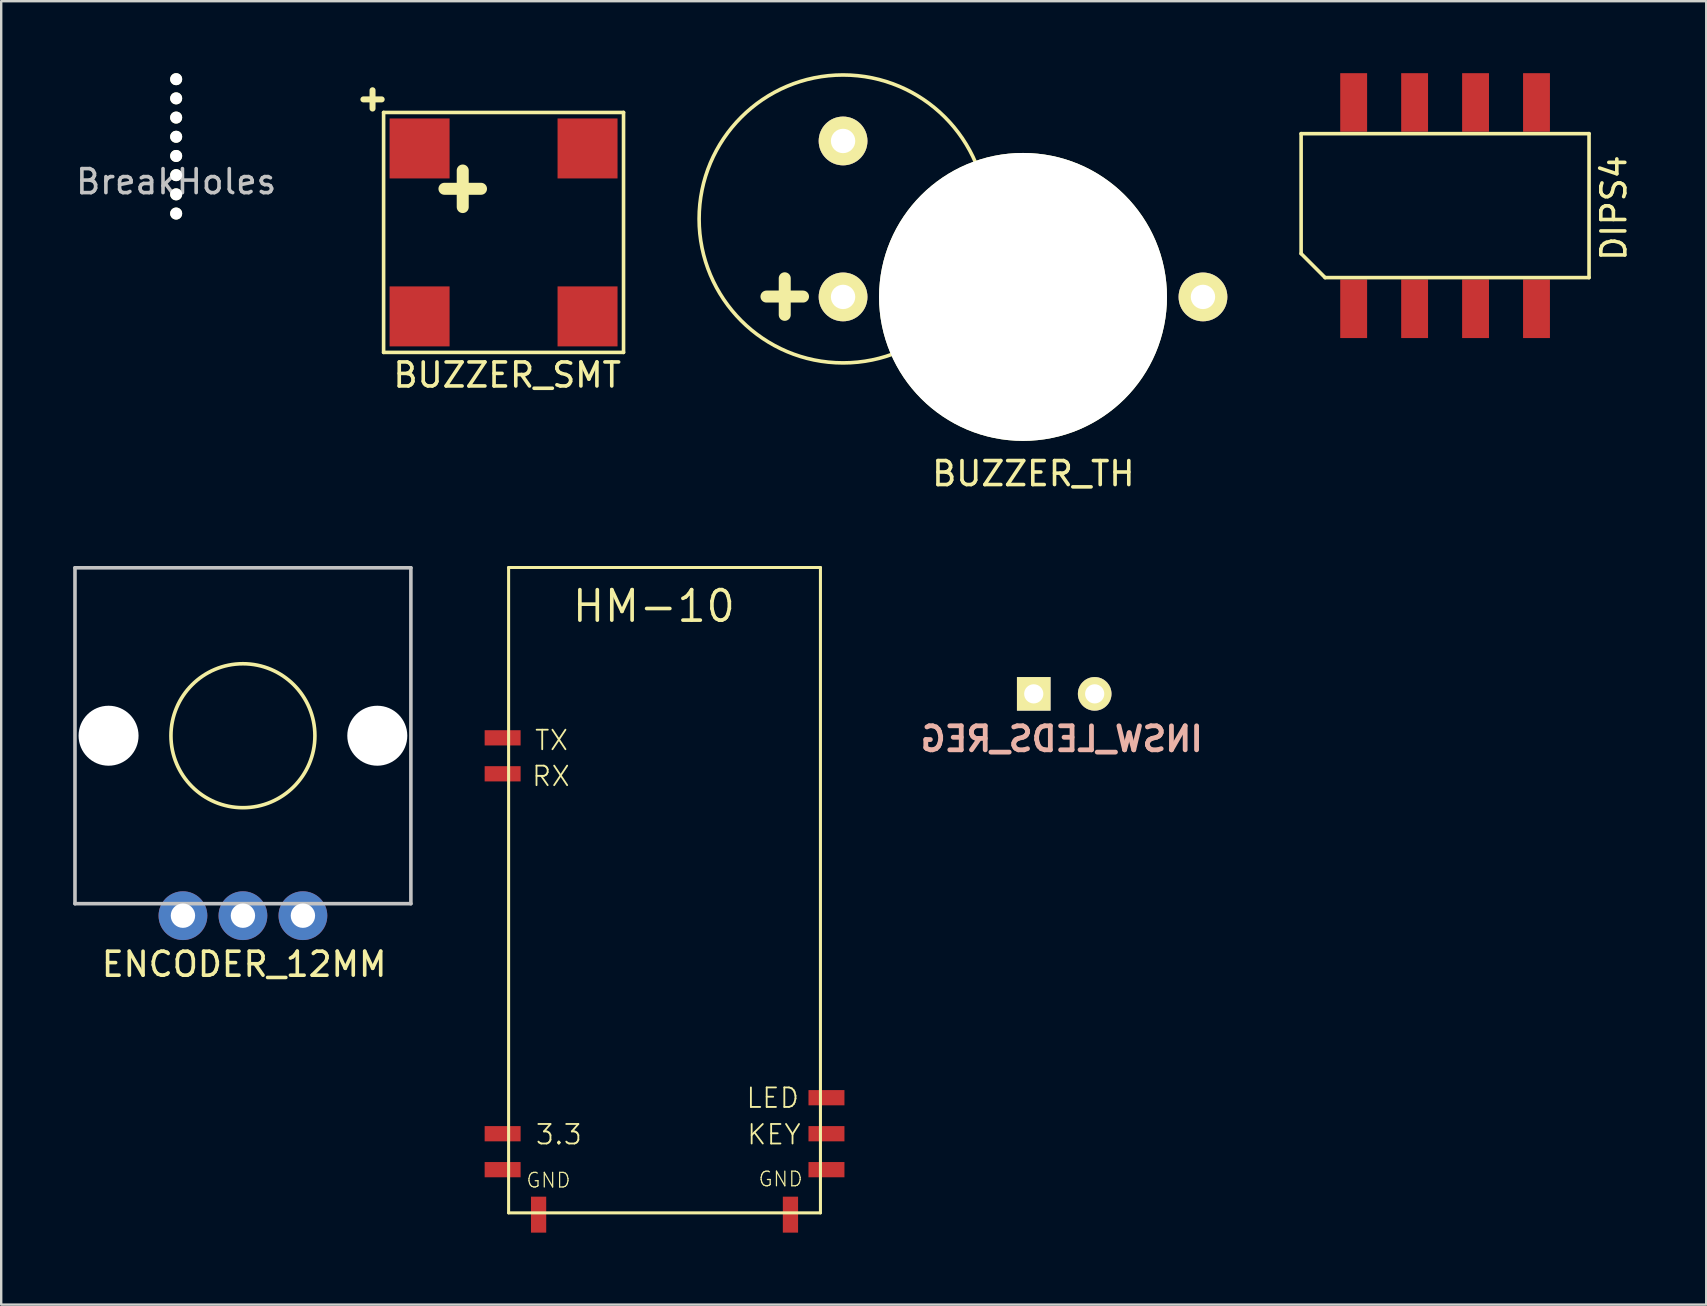
<source format=kicad_pcb>
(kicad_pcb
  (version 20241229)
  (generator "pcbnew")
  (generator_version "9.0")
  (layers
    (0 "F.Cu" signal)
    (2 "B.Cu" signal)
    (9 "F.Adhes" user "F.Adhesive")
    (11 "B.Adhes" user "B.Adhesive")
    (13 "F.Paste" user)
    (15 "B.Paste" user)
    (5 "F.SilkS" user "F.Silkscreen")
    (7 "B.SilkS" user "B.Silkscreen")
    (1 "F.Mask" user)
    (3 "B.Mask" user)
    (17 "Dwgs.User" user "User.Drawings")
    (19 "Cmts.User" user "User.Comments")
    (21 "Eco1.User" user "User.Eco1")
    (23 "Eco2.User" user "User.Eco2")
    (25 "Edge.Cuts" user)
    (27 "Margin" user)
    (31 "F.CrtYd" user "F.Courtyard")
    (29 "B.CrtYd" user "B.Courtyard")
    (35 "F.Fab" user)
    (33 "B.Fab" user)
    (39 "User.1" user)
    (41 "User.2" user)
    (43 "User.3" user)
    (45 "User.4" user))
  (footprint "BUZZER_SMT"
    (layer "F.Cu")
    (at 17.938 6.637)
    (property "Reference" "BUZZER_SMT" (at 0.152 5.944 0) (layer "F.SilkS") (effects (font (size 1 1) (thickness 0.15))))
    (attr through_hole)
    (fp_line (start -5 -5) (end -5 5) (stroke (width 0.15) (type solid)) (layer "F.SilkS"))
    (fp_line (start -5 5) (end 5 5) (stroke (width 0.15) (type solid)) (layer "F.SilkS"))
    (fp_line (start 5 -5) (end -5 -5) (stroke (width 0.15) (type solid)) (layer "F.SilkS"))
    (fp_line (start 5 5) (end 5 -5) (stroke (width 0.15) (type solid)) (layer "F.SilkS"))
    (fp_text user "+" (at -1.702 -1.956 0) (layer "F.SilkS") (effects (font (size 2 2) (thickness 0.5))))
    (fp_text user "+" (at -5.461 -5.613 0) (layer "F.SilkS") (effects (font (size 1 1) (thickness 0.25))))
    (pad "1" smd rect (at -3.5 -3.5) (size 2.5 2.5) (layers "F.Cu" "F.Mask" "F.Paste"))
    (pad "1" smd rect (at 3.5 -3.5) (size 2.5 2.5) (layers "F.Cu" "F.Mask" "F.Paste"))
    (pad "2" smd rect (at -3.5 3.5) (size 2.5 2.5) (layers "F.Cu" "F.Mask" "F.Paste"))
    (pad "2" smd rect (at 3.5 3.5) (size 2.5 2.5) (layers "F.Cu" "F.Mask" "F.Paste")))
  (footprint "BreakHoles"
    (layer "F.Cu")
    (at 4.292 3.05)
    (property "Reference" "BreakHoles" (at 0 1.473 0) (layer "Dwgs.User") (effects (font (size 1 1) (thickness 0.15))))
    (attr through_hole)
    (pad "" np_thru_hole circle (at 0 -2.8) (size 0.5 0.5) (drill 0.5) (layers "*.Cu" "*.Mask" "F.SilkS"))
    (pad "" np_thru_hole circle (at 0 -2) (size 0.5 0.5) (drill 0.5) (layers "*.Cu" "*.Mask" "F.SilkS"))
    (pad "" np_thru_hole circle (at 0 -1.2) (size 0.5 0.5) (drill 0.5) (layers "*.Cu" "*.Mask" "F.SilkS"))
    (pad "" np_thru_hole circle (at 0 -0.4) (size 0.5 0.5) (drill 0.5) (layers "*.Cu" "*.Mask" "F.SilkS"))
    (pad "" np_thru_hole circle (at 0 0.4) (size 0.5 0.5) (drill 0.5) (layers "*.Cu" "*.Mask" "F.SilkS"))
    (pad "" np_thru_hole circle (at 0 1.2) (size 0.5 0.5) (drill 0.5) (layers "*.Cu" "*.Mask" "F.SilkS"))
    (pad "" np_thru_hole circle (at 0 2) (size 0.5 0.5) (drill 0.5) (layers "*.Cu" "*.Mask" "F.SilkS"))
    (pad "" np_thru_hole circle (at 0 2.8) (size 0.5 0.5) (drill 0.5) (layers "*.Cu" "*.Mask" "F.SilkS")))
  (footprint "DIPS4"
    (layer "F.Cu")
    (at 57.179 5.52)
    (property "Reference" "DIPS4" (at 7.036 0.102 90) (layer "F.SilkS") (effects (font (size 1 1) (thickness 0.15))))
    (attr through_hole)
    (fp_line (start -6 -3) (end 6 -3) (stroke (width 0.15) (type solid)) (layer "F.SilkS"))
    (fp_line (start -6 2) (end -6 -3) (stroke (width 0.15) (type solid)) (layer "F.SilkS"))
    (fp_line (start -6 2) (end -5 3) (stroke (width 0.15) (type solid)) (layer "F.SilkS"))
    (fp_line (start 6 -3) (end 6 3) (stroke (width 0.15) (type solid)) (layer "F.SilkS"))
    (fp_line (start 6 3) (end -5 3) (stroke (width 0.15) (type solid)) (layer "F.SilkS"))
    (pad "1" smd rect (at -3.81 4.3) (size 1.12 2.44) (layers "F.Cu" "F.Mask" "F.Paste"))
    (pad "2" smd rect (at -1.27 4.3) (size 1.12 2.44) (layers "F.Cu" "F.Mask" "F.Paste"))
    (pad "3" smd rect (at 1.27 4.3) (size 1.12 2.44) (layers "F.Cu" "F.Mask" "F.Paste"))
    (pad "4" smd rect (at 3.81 4.3) (size 1.12 2.44) (layers "F.Cu" "F.Mask" "F.Paste"))
    (pad "5" smd rect (at 3.81 -4.3) (size 1.12 2.44) (layers "F.Cu" "F.Mask" "F.Paste"))
    (pad "6" smd rect (at 1.27 -4.3) (size 1.12 2.44) (layers "F.Cu" "F.Mask" "F.Paste"))
    (pad "7" smd rect (at -1.27 -4.3) (size 1.12 2.44) (layers "F.Cu" "F.Mask" "F.Paste"))
    (pad "8" smd rect (at -3.81 -4.3) (size 1.12 2.44) (layers "F.Cu" "F.Mask" "F.Paste")))
  (footprint "INSW_LEDS_REG"
    (layer "F.Cu")
    (at 41.305 20.789)
    (property "Reference" "INSW_LEDS_REG" (at -0.102 6.96 0) (layer "B.SilkS") (effects (font (size 1 1) (thickness 0.2)) (justify mirror)))
    (attr smd)
    (pad "1" thru_hole rect (at -1.27 5.08) (size 1.4 1.4) (drill 0.8) (layers "*.Cu" "*.Mask" "F.SilkS"))
    (pad "2" thru_hole oval (at 1.27 5.08) (size 1.4 1.4) (drill 0.8) (layers "*.Cu" "*.Mask" "F.SilkS")))
  (footprint "HM-10"
    (layer "F.Cu")
    (at 25.397 27.702)
    (property "Reference" "HM-10" (at -1.194 -5.486 0) (layer "F.SilkS") (effects (font (size 1.27 1.27) (thickness 0.152))))
    (attr smd)
    (fp_line (start -7.249 -7.099) (end 5.748 -7.099) (stroke (width 0.127) (type solid)) (layer "F.SilkS"))
    (fp_line (start -7.249 19.799) (end -7.249 -7.099) (stroke (width 0.127) (type solid)) (layer "F.SilkS"))
    (fp_line (start 5.748 -7.099) (end 5.748 19.799) (stroke (width 0.127) (type solid)) (layer "F.SilkS"))
    (fp_line (start 5.748 19.799) (end -7.249 19.799) (stroke (width 0.127) (type solid)) (layer "F.SilkS"))
    (fp_text user "KEY" (at 3.81 16.535 0) (layer "F.SilkS") (effects (font (size 0.813 0.813) (thickness 0.076))))
    (fp_text user "LED" (at 3.759 15.011 0) (layer "F.SilkS") (effects (font (size 0.813 0.813) (thickness 0.076))))
    (fp_text user "GND" (at 4.089 18.39 0) (layer "F.SilkS") (effects (font (size 0.61 0.61) (thickness 0.051))))
    (fp_text user "GND" (at -5.588 18.44 0) (layer "F.SilkS") (effects (font (size 0.61 0.61) (thickness 0.051))))
    (fp_text user "RX" (at -5.486 1.6 0) (layer "F.SilkS") (effects (font (size 0.813 0.813) (thickness 0.076))))
    (fp_text user "TX" (at -5.461 0.102 0) (layer "F.SilkS") (effects (font (size 0.813 0.813) (thickness 0.076))))
    (fp_text user "3.3" (at -5.156 16.535 0) (layer "F.SilkS") (effects (font (size 0.813 0.813) (thickness 0.076))))
    (pad "1" smd rect (at -7.498 0) (size 1.499 0.635) (layers "F.Cu" "F.Mask" "F.Paste"))
    (pad "2" smd rect (at -7.498 1.499) (size 1.499 0.635) (layers "F.Cu" "F.Mask" "F.Paste"))
    (pad "12" smd rect (at -7.498 16.5) (size 1.499 0.635) (layers "F.Cu" "F.Mask" "F.Paste"))
    (pad "13" smd rect (at -7.498 17.998) (size 1.499 0.635) (layers "F.Cu" "F.Mask" "F.Paste"))
    (pad "14" smd rect (at -5.999 19.873 90) (size 1.499 0.635) (layers "F.Cu" "F.Mask" "F.Paste"))
    (pad "21" smd rect (at 4.498 19.873 90) (size 1.499 0.635) (layers "F.Cu" "F.Mask" "F.Paste"))
    (pad "22" smd rect (at 5.999 17.998 180) (size 1.499 0.635) (layers "F.Cu" "F.Mask" "F.Paste"))
    (pad "23" smd rect (at 5.999 16.5 180) (size 1.499 0.635) (layers "F.Cu" "F.Mask" "F.Paste"))
    (pad "24" smd rect (at 5.999 14.999 180) (size 1.499 0.635) (layers "F.Cu" "F.Mask" "F.Paste")))
  (footprint "BUZZER_TH"
    (layer "F.Cu")
    (at 39.588 9.325)
    (property "Reference" "BUZZER_TH" (at 0.432 7.366 0) (layer "F.SilkS") (effects (font (size 1 1) (thickness 0.15))))
    (attr through_hole)
    (fp_circle (center -7.5 -3.25) (end -7.5 -9.25) (stroke (width 0.15) (type solid)) (fill no) (layer "F.SilkS"))
    (fp_text user "+" (at -9.931 -0.152 0) (layer "F.SilkS") (effects (font (size 2 2) (thickness 0.5))))
    (pad "" np_thru_hole circle (at 0 0) (size 12 12) (drill 12) (layers "*.Cu" "*.Mask" "F.SilkS"))
    (pad "1" thru_hole circle (at -7.5 0) (size 2.032 2.032) (drill 1.016) (layers "*.Cu" "*.Mask" "F.SilkS"))
    (pad "2" thru_hole circle (at -7.5 -6.5) (size 2.032 2.032) (drill 1.016) (layers "*.Cu" "*.Mask" "F.SilkS"))
    (pad "2" thru_hole circle (at 7.5 0) (size 2.032 2.032) (drill 1.016) (layers "*.Cu" "*.Mask" "F.SilkS")))
  (footprint "ENCODER_12MM"
    (layer "F.Cu")
    (at 7.075 27.614)
    (property "Reference" "ENCODER_12MM" (at 0.051 9.525 0) (layer "F.SilkS") (effects (font (size 1 1) (thickness 0.15))))
    (attr through_hole)
    (fp_circle (center 0 0) (end 3 0) (stroke (width 0.15) (type solid)) (fill no) (layer "F.SilkS"))
    (fp_line (start -7 -7) (end -7 7) (stroke (width 0.15) (type solid)) (layer "Dwgs.User"))
    (fp_line (start -7 7) (end 7 7) (stroke (width 0.15) (type solid)) (layer "Dwgs.User"))
    (fp_line (start 7 -7) (end -7 -7) (stroke (width 0.15) (type solid)) (layer "Dwgs.User"))
    (fp_line (start 7 7) (end 7 -7) (stroke (width 0.15) (type solid)) (layer "Dwgs.User"))
    (pad "" np_thru_hole circle (at -5.6 0) (size 2.5 2.5) (drill 2.5) (layers "*.Cu" "*.Mask"))
    (pad "" np_thru_hole circle (at 5.6 0) (size 2.5 2.5) (drill 2.5) (layers "*.Cu" "*.Mask"))
    (pad "1" thru_hole circle (at -2.5 7.5) (size 2.032 2.032) (drill 1.016) (layers "*.Cu" "*.Mask"))
    (pad "2" thru_hole circle (at 0 7.5) (size 2.032 2.032) (drill 1.016) (layers "*.Cu" "*.Mask"))
    (pad "3" thru_hole circle (at 2.5 7.5) (size 2.032 2.032) (drill 1.016) (layers "*.Cu" "*.Mask")))
  (gr_rect
    (start -3 -3)
    (end 68.063 51.324)
    (stroke (width 0.1) (type default))
    (fill no)
    (layer "Edge.Cuts")))
</source>
